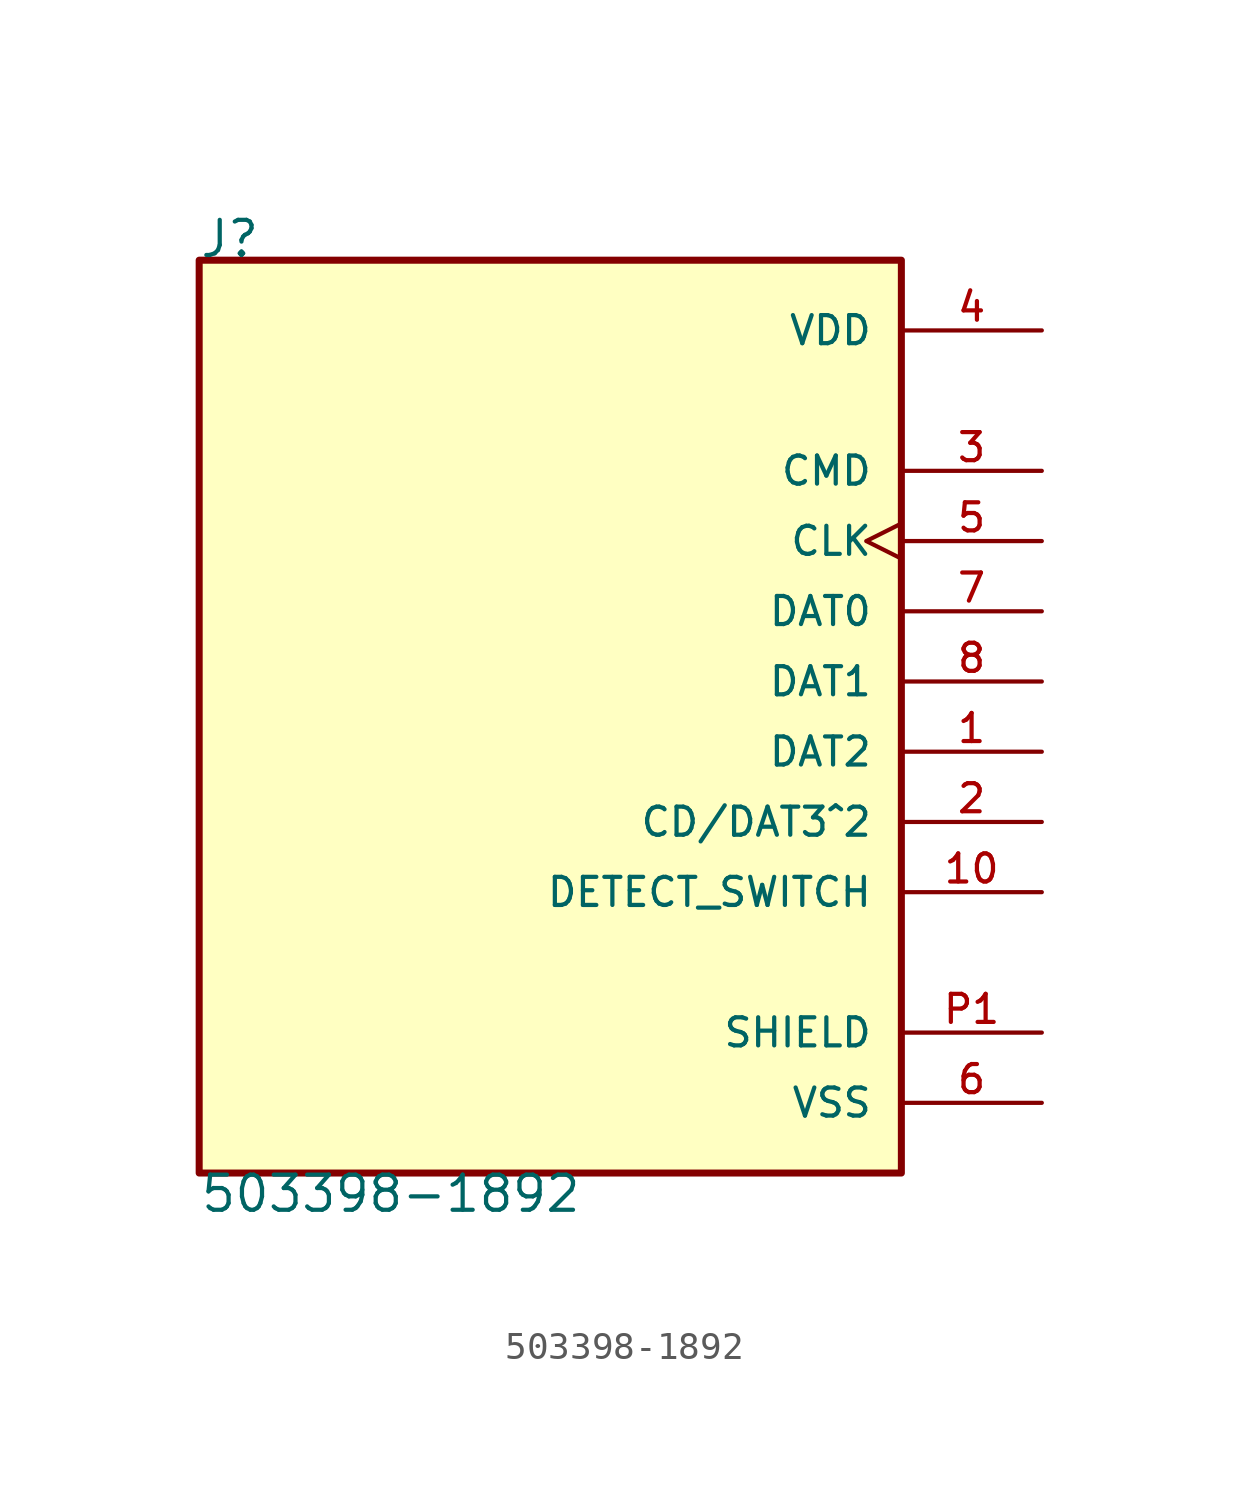
<source format=kicad_sym>
(kicad_symbol_lib
  (version 20211014)
  (generator kicad_symbol_editor)
  (symbol "503398-1892"
    (pin_names
      (offset 1.016))
    (property "Reference" "J"
      (at -12.722 15.266 0)
      (effects (font (size 1.27 1.27)) (justify bottom left)))
    (property "Value" "503398-1892"
      (at -12.704 -17.786 0.0)
      (effects (font (size 1.27 1.27)) (justify top left)))
    (symbol "503398-1892_0_0"
      (rectangle (start -12.7 -17.78) (end 12.7 15.24) (stroke (width 0.254)) (fill (type background)))
      (pin passive line (at 17.78 -2.54 180.0) (length 5.08) (name "DAT2" (effects (font (size 1.016 1.016)))) (number "1" (effects (font (size 1.016 1.016)))))
      (pin passive line (at 17.78 -5.08 180.0) (length 5.08) (name "CD/DAT3^2" (effects (font (size 1.016 1.016)))) (number "2" (effects (font (size 1.016 1.016)))))
      (pin passive line (at 17.78 7.62 180.0) (length 5.08) (name "CMD" (effects (font (size 1.016 1.016)))) (number "3" (effects (font (size 1.016 1.016)))))
      (pin power_in line (at 17.78 12.7 180.0) (length 5.08) (name "VDD" (effects (font (size 1.016 1.016)))) (number "4" (effects (font (size 1.016 1.016)))))
      (pin passive clock (at 17.78 5.08 180.0) (length 5.08) (name "CLK" (effects (font (size 1.016 1.016)))) (number "5" (effects (font (size 1.016 1.016)))))
      (pin power_in line (at 17.78 -15.24 180.0) (length 5.08) (name "VSS" (effects (font (size 1.016 1.016)))) (number "6" (effects (font (size 1.016 1.016)))))
      (pin power_in line (at 17.78 -15.24 180.0) (length 5.08) hide (name "VSS" (effects (font (size 1.016 1.016)))) (number "9" (effects (font (size 1.016 1.016)))))
      (pin passive line (at 17.78 2.54 180.0) (length 5.08) (name "DAT0" (effects (font (size 1.016 1.016)))) (number "7" (effects (font (size 1.016 1.016)))))
      (pin passive line (at 17.78 0.0 180.0) (length 5.08) (name "DAT1" (effects (font (size 1.016 1.016)))) (number "8" (effects (font (size 1.016 1.016)))))
      (pin passive line (at 17.78 -7.62 180.0) (length 5.08) (name "DETECT_SWITCH" (effects (font (size 1.016 1.016)))) (number "10" (effects (font (size 1.016 1.016)))))
      (pin passive line (at 17.78 -12.7 180.0) (length 5.08) (name "SHIELD" (effects (font (size 1.016 1.016)))) (number "P1" (effects (font (size 1.016 1.016)))))
      (pin passive line (at 17.78 -12.7 180.0) (length 5.08) hide (name "SHIELD" (effects (font (size 1.016 1.016)))) (number "P2" (effects (font (size 1.016 1.016)))))
      (pin passive line (at 17.78 -12.7 180.0) (length 5.08) hide (name "SHIELD" (effects (font (size 1.016 1.016)))) (number "P3" (effects (font (size 1.016 1.016)))))
      (pin passive line (at 17.78 -12.7 180.0) (length 5.08) hide (name "SHIELD" (effects (font (size 1.016 1.016)))) (number "P4" (effects (font (size 1.016 1.016))))))))
</source>
